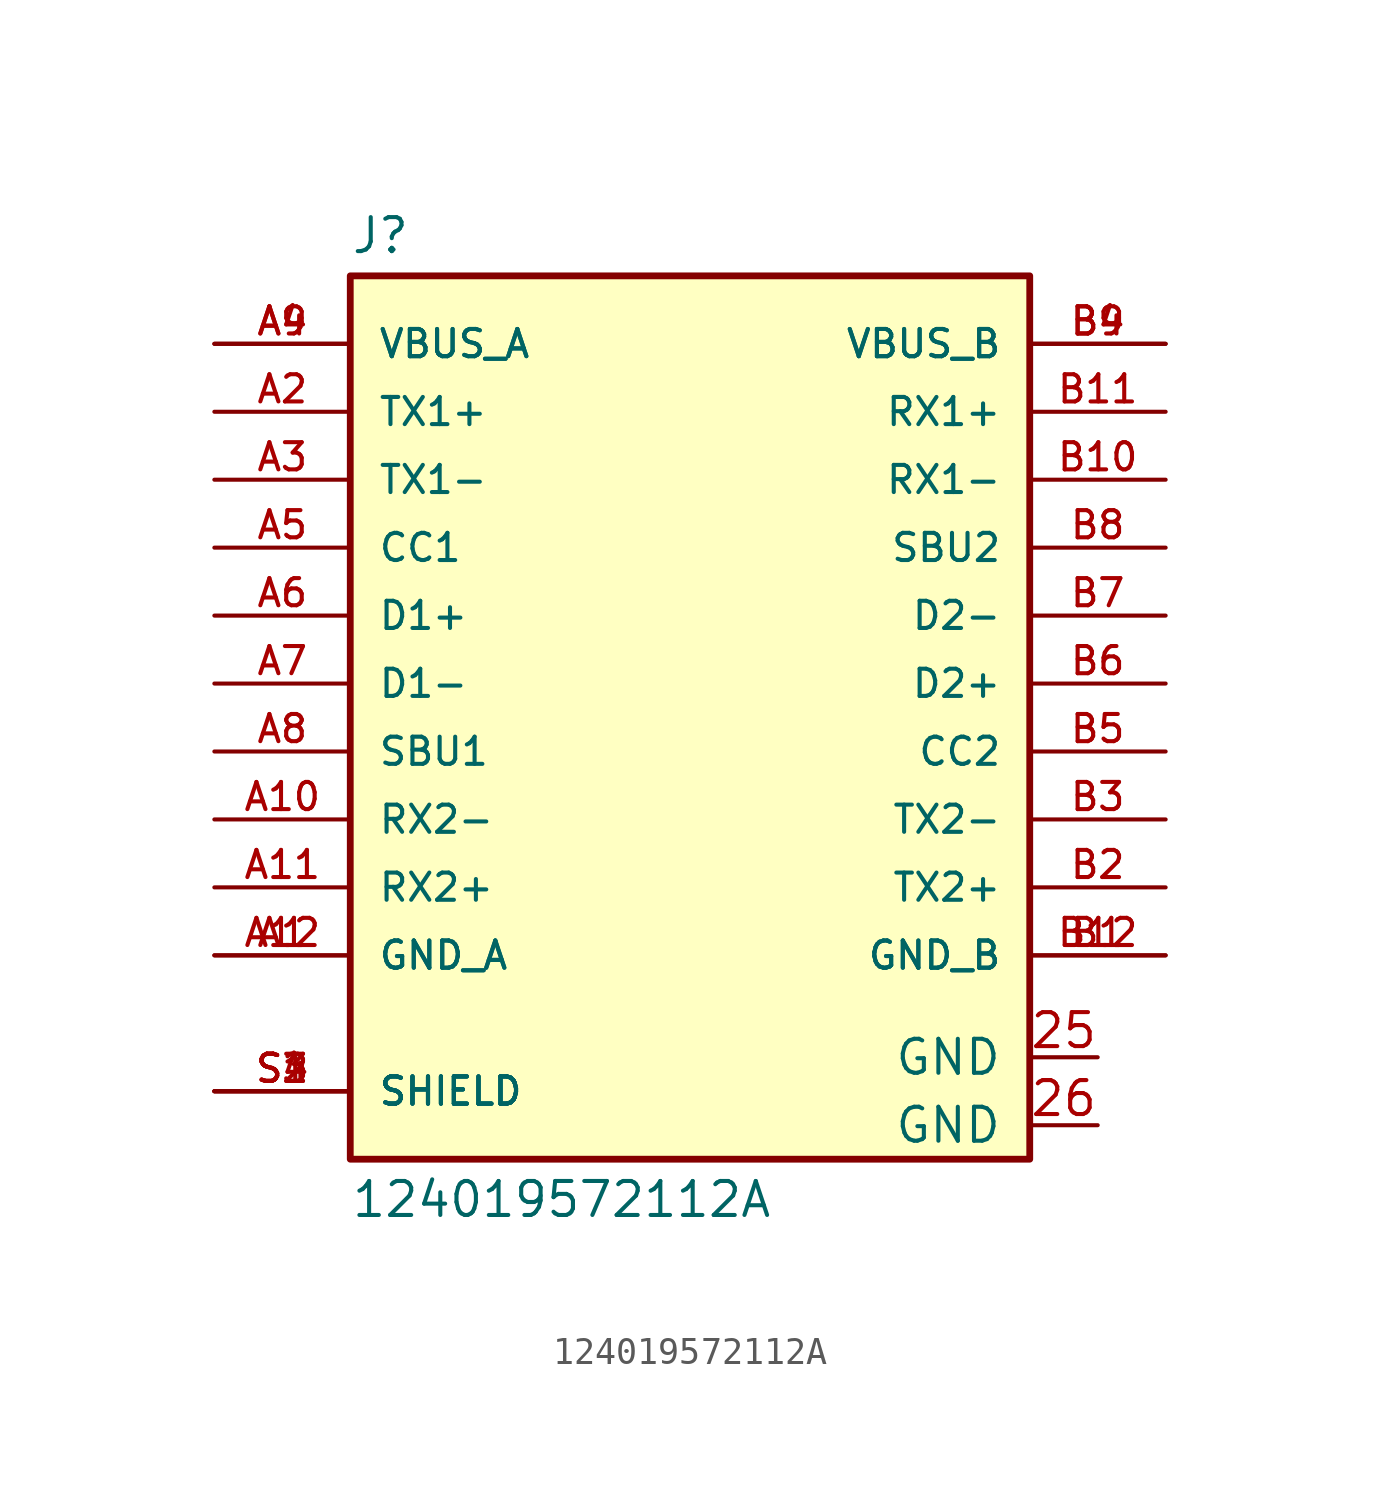
<source format=kicad_sym>
(kicad_symbol_lib
  (version 20220914)
  (generator kicad_symbol_editor)
  (symbol "124019572112A"
    (pin_names
      (offset 1.016))
    (property "Reference" "J"
      (at -12.7 16.002 0)
      (effects (font (size 1.27 1.27)) (justify left bottom)))
    (property "Value" "124019572112A"
      (at -12.7 -18.542 0)
      (effects (font (size 1.27 1.27)) (justify left top)))
    (symbol "124019572112A_0_0"
      (rectangle (start -12.7 -17.78) (end 12.7 15.24) (stroke (width 0.254) (type default)) (fill (type background)))
      (pin power_in line (at -17.78 -10.16 0) (length 5.08) (name "GND_A" (effects (font (size 1.016 1.016)))) (number "A1" (effects (font (size 1.016 1.016)))))
      (pin bidirectional line (at -17.78 -5.08 0) (length 5.08) (name "RX2-" (effects (font (size 1.016 1.016)))) (number "A10" (effects (font (size 1.016 1.016)))))
      (pin bidirectional line (at -17.78 -7.62 0) (length 5.08) (name "RX2+" (effects (font (size 1.016 1.016)))) (number "A11" (effects (font (size 1.016 1.016)))))
      (pin power_in line (at -17.78 -10.16 0) (length 5.08) (name "GND_A" (effects (font (size 1.016 1.016)))) (number "A12" (effects (font (size 1.016 1.016)))))
      (pin bidirectional line (at -17.78 10.16 0) (length 5.08) (name "TX1+" (effects (font (size 1.016 1.016)))) (number "A2" (effects (font (size 1.016 1.016)))))
      (pin bidirectional line (at -17.78 7.62 0) (length 5.08) (name "TX1-" (effects (font (size 1.016 1.016)))) (number "A3" (effects (font (size 1.016 1.016)))))
      (pin power_in line (at -17.78 12.7 0) (length 5.08) (name "VBUS_A" (effects (font (size 1.016 1.016)))) (number "A4" (effects (font (size 1.016 1.016)))))
      (pin bidirectional line (at -17.78 5.08 0) (length 5.08) (name "CC1" (effects (font (size 1.016 1.016)))) (number "A5" (effects (font (size 1.016 1.016)))))
      (pin bidirectional line (at -17.78 2.54 0) (length 5.08) (name "D1+" (effects (font (size 1.016 1.016)))) (number "A6" (effects (font (size 1.016 1.016)))))
      (pin bidirectional line (at -17.78 0 0) (length 5.08) (name "D1-" (effects (font (size 1.016 1.016)))) (number "A7" (effects (font (size 1.016 1.016)))))
      (pin bidirectional line (at -17.78 -2.54 0) (length 5.08) (name "SBU1" (effects (font (size 1.016 1.016)))) (number "A8" (effects (font (size 1.016 1.016)))))
      (pin power_in line (at -17.78 12.7 0) (length 5.08) (name "VBUS_A" (effects (font (size 1.016 1.016)))) (number "A9" (effects (font (size 1.016 1.016)))))
      (pin power_in line (at 17.78 -10.16 180) (length 5.08) (name "GND_B" (effects (font (size 1.016 1.016)))) (number "B1" (effects (font (size 1.016 1.016)))))
      (pin bidirectional line (at 17.78 7.62 180) (length 5.08) (name "RX1-" (effects (font (size 1.016 1.016)))) (number "B10" (effects (font (size 1.016 1.016)))))
      (pin bidirectional line (at 17.78 10.16 180) (length 5.08) (name "RX1+" (effects (font (size 1.016 1.016)))) (number "B11" (effects (font (size 1.016 1.016)))))
      (pin power_in line (at 17.78 -10.16 180) (length 5.08) (name "GND_B" (effects (font (size 1.016 1.016)))) (number "B12" (effects (font (size 1.016 1.016)))))
      (pin bidirectional line (at 17.78 -7.62 180) (length 5.08) (name "TX2+" (effects (font (size 1.016 1.016)))) (number "B2" (effects (font (size 1.016 1.016)))))
      (pin bidirectional line (at 17.78 -5.08 180) (length 5.08) (name "TX2-" (effects (font (size 1.016 1.016)))) (number "B3" (effects (font (size 1.016 1.016)))))
      (pin power_in line (at 17.78 12.7 180) (length 5.08) (name "VBUS_B" (effects (font (size 1.016 1.016)))) (number "B4" (effects (font (size 1.016 1.016)))))
      (pin bidirectional line (at 17.78 -2.54 180) (length 5.08) (name "CC2" (effects (font (size 1.016 1.016)))) (number "B5" (effects (font (size 1.016 1.016)))))
      (pin bidirectional line (at 17.78 0 180) (length 5.08) (name "D2+" (effects (font (size 1.016 1.016)))) (number "B6" (effects (font (size 1.016 1.016)))))
      (pin bidirectional line (at 17.78 2.54 180) (length 5.08) (name "D2-" (effects (font (size 1.016 1.016)))) (number "B7" (effects (font (size 1.016 1.016)))))
      (pin bidirectional line (at 17.78 5.08 180) (length 5.08) (name "SBU2" (effects (font (size 1.016 1.016)))) (number "B8" (effects (font (size 1.016 1.016)))))
      (pin power_in line (at 17.78 12.7 180) (length 5.08) (name "VBUS_B" (effects (font (size 1.016 1.016)))) (number "B9" (effects (font (size 1.016 1.016)))))
      (pin passive line (at -17.78 -15.24 0) (length 5.08) (name "SHIELD" (effects (font (size 1.016 1.016)))) (number "S1" (effects (font (size 1.016 1.016)))))
      (pin passive line (at -17.78 -15.24 0) (length 5.08) (name "SHIELD" (effects (font (size 1.016 1.016)))) (number "S2" (effects (font (size 1.016 1.016)))))
      (pin passive line (at -17.78 -15.24 0) (length 5.08) (name "SHIELD" (effects (font (size 1.016 1.016)))) (number "S3" (effects (font (size 1.016 1.016)))))
      (pin passive line (at -17.78 -15.24 0) (length 5.08) (name "SHIELD" (effects (font (size 1.016 1.016)))) (number "S4" (effects (font (size 1.016 1.016))))))
    (symbol "124019572112A_1_1"
      (pin input line (at 15.24 -13.97 180) (length 2.54) (name "GND" (effects (font (size 1.27 1.27)))) (number "25" (effects (font (size 1.27 1.27)))))
      (pin input line (at 15.24 -16.51 180) (length 2.54) (name "GND" (effects (font (size 1.27 1.27)))) (number "26" (effects (font (size 1.27 1.27))))))))
</source>
